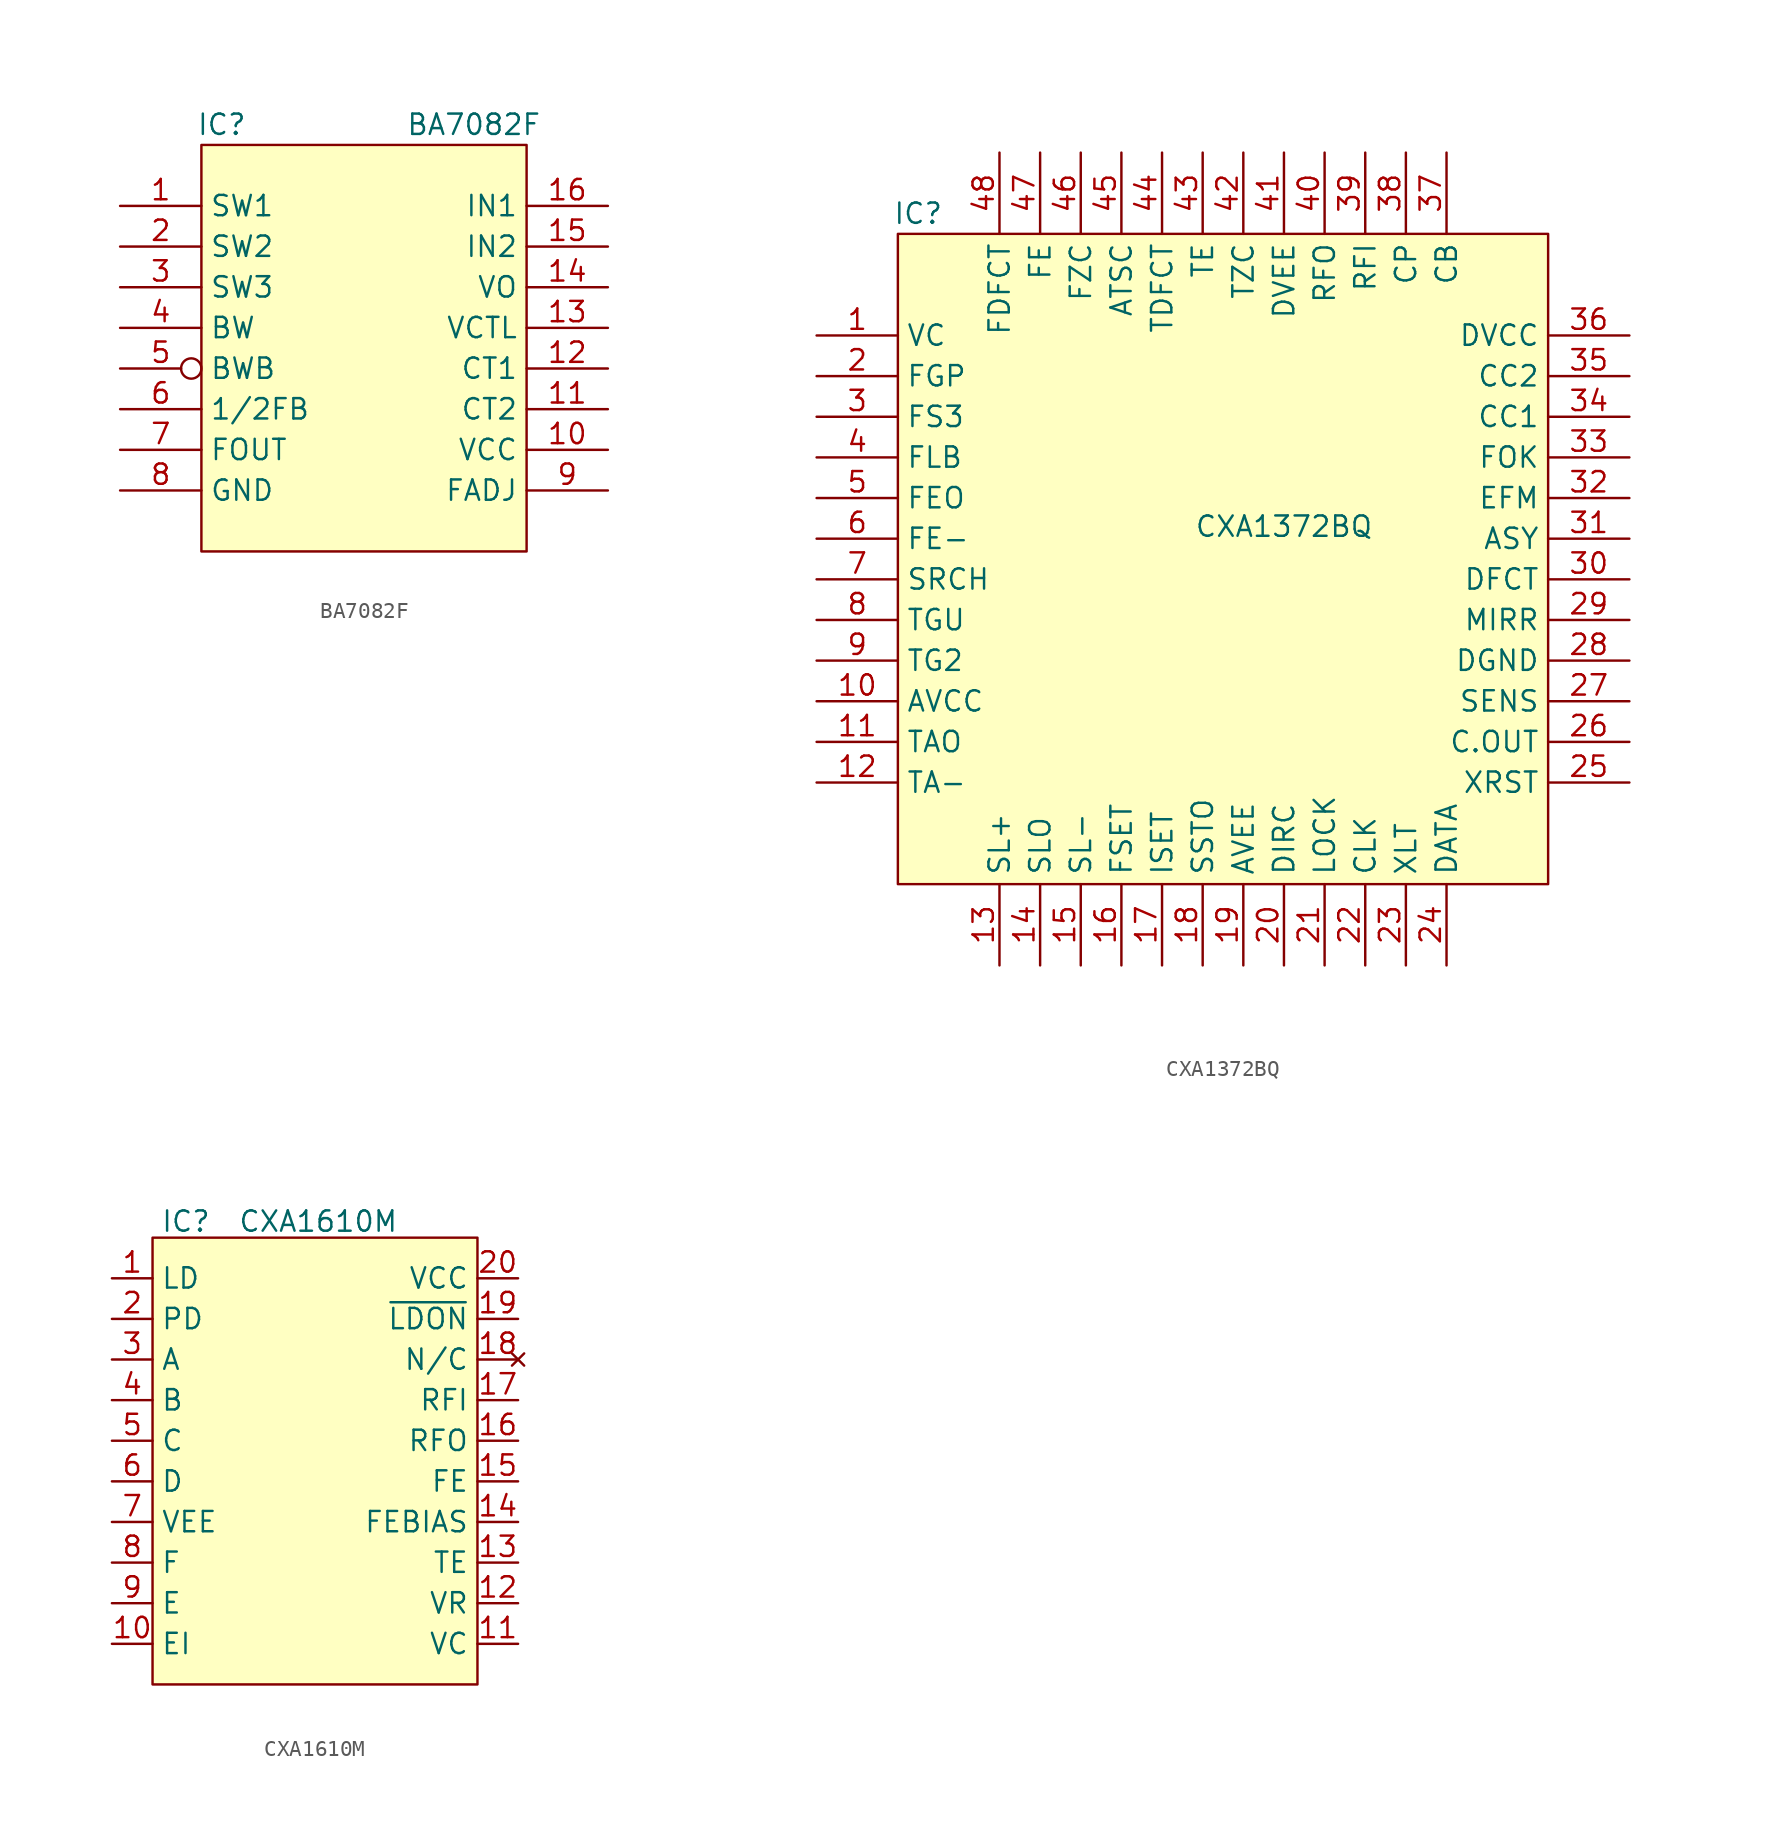
<source format=kicad_sym>
(kicad_symbol_lib
  (version 20231120)
  (generator "kicad_symbol_editor")
  (generator_version "8.0")
  (symbol "BA7082F"
    (property "Reference" "IC"
      (at -8.89 13.97 0)
      (effects (font (size 1.27 1.27))))
    (property "Value" "BA7082F"
      (at 6.858 13.97 0)
      (effects (font (size 1.27 1.27))))
    (symbol "BA7082F_1_1"
      (rectangle (start -10.16 12.7) (end 10.16 -12.7) (stroke (width 0) (type default)) (fill (type background)))
      (pin open_collector line (at -15.24 8.89 0) (length 5.08) (name "SW1" (effects (font (size 1.27 1.27)))) (number "1" (effects (font (size 1.27 1.27)))))
      (pin power_in line (at 15.24 -6.35 180) (length 5.08) (name "VCC" (effects (font (size 1.27 1.27)))) (number "10" (effects (font (size 1.27 1.27)))))
      (pin input line (at 15.24 -3.81 180) (length 5.08) (name "CT2" (effects (font (size 1.27 1.27)))) (number "11" (effects (font (size 1.27 1.27)))))
      (pin input line (at 15.24 -1.27 180) (length 5.08) (name "CT1" (effects (font (size 1.27 1.27)))) (number "12" (effects (font (size 1.27 1.27)))))
      (pin input line (at 15.24 1.27 180) (length 5.08) (name "VCTL" (effects (font (size 1.27 1.27)))) (number "13" (effects (font (size 1.27 1.27)))))
      (pin output line (at 15.24 3.81 180) (length 5.08) (name "VO" (effects (font (size 1.27 1.27)))) (number "14" (effects (font (size 1.27 1.27)))))
      (pin input line (at 15.24 6.35 180) (length 5.08) (name "IN2" (effects (font (size 1.27 1.27)))) (number "15" (effects (font (size 1.27 1.27)))))
      (pin input line (at 15.24 8.89 180) (length 5.08) (name "IN1" (effects (font (size 1.27 1.27)))) (number "16" (effects (font (size 1.27 1.27)))))
      (pin open_collector line (at -15.24 6.35 0) (length 5.08) (name "SW2" (effects (font (size 1.27 1.27)))) (number "2" (effects (font (size 1.27 1.27)))))
      (pin open_collector line (at -15.24 3.81 0) (length 5.08) (name "SW3" (effects (font (size 1.27 1.27)))) (number "3" (effects (font (size 1.27 1.27)))))
      (pin input line (at -15.24 1.27 0) (length 5.08) (name "BW" (effects (font (size 1.27 1.27)))) (number "4" (effects (font (size 1.27 1.27)))))
      (pin input inverted (at -15.24 -1.27 0) (length 5.08) (name "BWB" (effects (font (size 1.27 1.27)))) (number "5" (effects (font (size 1.27 1.27)))))
      (pin input line (at -15.24 -3.81 0) (length 5.08) (name "1/2FB" (effects (font (size 1.27 1.27)))) (number "6" (effects (font (size 1.27 1.27)))))
      (pin output line (at -15.24 -6.35 0) (length 5.08) (name "FOUT" (effects (font (size 1.27 1.27)))) (number "7" (effects (font (size 1.27 1.27)))))
      (pin power_in line (at -15.24 -8.89 0) (length 5.08) (name "GND" (effects (font (size 1.27 1.27)))) (number "8" (effects (font (size 1.27 1.27)))))
      (pin input line (at 15.24 -8.89 180) (length 5.08) (name "FADJ" (effects (font (size 1.27 1.27)))) (number "9" (effects (font (size 1.27 1.27)))))))
  (symbol "CXA1372BQ"
    (property "Reference" "IC"
      (at -19.05 21.59 0)
      (effects (font (size 1.27 1.27))))
    (property "Value" "CXA1372BQ"
      (at 3.81 2.032 0)
      (effects (font (size 1.27 1.27))))
    (symbol "CXA1372BQ_1_1"
      (rectangle (start -20.32 20.32) (end 20.32 -20.32) (stroke (width 0) (type default)) (fill (type background)))
      (pin power_in line (at -25.4 13.97 0) (length 5.08) (name "VC" (effects (font (size 1.27 1.27)))) (number "1" (effects (font (size 1.27 1.27)))))
      (pin power_in line (at -25.4 -8.89 0) (length 5.08) (name "AVCC" (effects (font (size 1.27 1.27)))) (number "10" (effects (font (size 1.27 1.27)))))
      (pin output line (at -25.4 -11.43 0) (length 5.08) (name "TAO" (effects (font (size 1.27 1.27)))) (number "11" (effects (font (size 1.27 1.27)))))
      (pin input line (at -25.4 -13.97 0) (length 5.08) (name "TA-" (effects (font (size 1.27 1.27)))) (number "12" (effects (font (size 1.27 1.27)))))
      (pin input line (at -13.97 -25.4 90) (length 5.08) (name "SL+" (effects (font (size 1.27 1.27)))) (number "13" (effects (font (size 1.27 1.27)))))
      (pin output line (at -11.43 -25.4 90) (length 5.08) (name "SLO" (effects (font (size 1.27 1.27)))) (number "14" (effects (font (size 1.27 1.27)))))
      (pin input line (at -8.89 -25.4 90) (length 5.08) (name "SL-" (effects (font (size 1.27 1.27)))) (number "15" (effects (font (size 1.27 1.27)))))
      (pin input line (at -6.35 -25.4 90) (length 5.08) (name "FSET" (effects (font (size 1.27 1.27)))) (number "16" (effects (font (size 1.27 1.27)))))
      (pin input line (at -3.81 -25.4 90) (length 5.08) (name "ISET" (effects (font (size 1.27 1.27)))) (number "17" (effects (font (size 1.27 1.27)))))
      (pin input line (at -1.27 -25.4 90) (length 5.08) (name "SSTO" (effects (font (size 1.27 1.27)))) (number "18" (effects (font (size 1.27 1.27)))))
      (pin power_in line (at 1.27 -25.4 90) (length 5.08) (name "AVEE" (effects (font (size 1.27 1.27)))) (number "19" (effects (font (size 1.27 1.27)))))
      (pin input line (at -25.4 11.43 0) (length 5.08) (name "FGP" (effects (font (size 1.27 1.27)))) (number "2" (effects (font (size 1.27 1.27)))))
      (pin input line (at 3.81 -25.4 90) (length 5.08) (name "DIRC" (effects (font (size 1.27 1.27)))) (number "20" (effects (font (size 1.27 1.27)))))
      (pin input line (at 6.35 -25.4 90) (length 5.08) (name "LOCK" (effects (font (size 1.27 1.27)))) (number "21" (effects (font (size 1.27 1.27)))))
      (pin input line (at 8.89 -25.4 90) (length 5.08) (name "CLK" (effects (font (size 1.27 1.27)))) (number "22" (effects (font (size 1.27 1.27)))))
      (pin input line (at 11.43 -25.4 90) (length 5.08) (name "XLT" (effects (font (size 1.27 1.27)))) (number "23" (effects (font (size 1.27 1.27)))))
      (pin input line (at 13.97 -25.4 90) (length 5.08) (name "DATA" (effects (font (size 1.27 1.27)))) (number "24" (effects (font (size 1.27 1.27)))))
      (pin input line (at 25.4 -13.97 180) (length 5.08) (name "XRST" (effects (font (size 1.27 1.27)))) (number "25" (effects (font (size 1.27 1.27)))))
      (pin output line (at 25.4 -11.43 180) (length 5.08) (name "C.OUT" (effects (font (size 1.27 1.27)))) (number "26" (effects (font (size 1.27 1.27)))))
      (pin output line (at 25.4 -8.89 180) (length 5.08) (name "SENS" (effects (font (size 1.27 1.27)))) (number "27" (effects (font (size 1.27 1.27)))))
      (pin power_in line (at 25.4 -6.35 180) (length 5.08) (name "DGND" (effects (font (size 1.27 1.27)))) (number "28" (effects (font (size 1.27 1.27)))))
      (pin output line (at 25.4 -3.81 180) (length 5.08) (name "MIRR" (effects (font (size 1.27 1.27)))) (number "29" (effects (font (size 1.27 1.27)))))
      (pin input line (at -25.4 8.89 0) (length 5.08) (name "FS3" (effects (font (size 1.27 1.27)))) (number "3" (effects (font (size 1.27 1.27)))))
      (pin output line (at 25.4 -1.27 180) (length 5.08) (name "DFCT" (effects (font (size 1.27 1.27)))) (number "30" (effects (font (size 1.27 1.27)))))
      (pin input line (at 25.4 1.27 180) (length 5.08) (name "ASY" (effects (font (size 1.27 1.27)))) (number "31" (effects (font (size 1.27 1.27)))))
      (pin output line (at 25.4 3.81 180) (length 5.08) (name "EFM" (effects (font (size 1.27 1.27)))) (number "32" (effects (font (size 1.27 1.27)))))
      (pin output line (at 25.4 6.35 180) (length 5.08) (name "FOK" (effects (font (size 1.27 1.27)))) (number "33" (effects (font (size 1.27 1.27)))))
      (pin output line (at 25.4 8.89 180) (length 5.08) (name "CC1" (effects (font (size 1.27 1.27)))) (number "34" (effects (font (size 1.27 1.27)))))
      (pin input line (at 25.4 11.43 180) (length 5.08) (name "CC2" (effects (font (size 1.27 1.27)))) (number "35" (effects (font (size 1.27 1.27)))))
      (pin power_in line (at 25.4 13.97 180) (length 5.08) (name "DVCC" (effects (font (size 1.27 1.27)))) (number "36" (effects (font (size 1.27 1.27)))))
      (pin input line (at 13.97 25.4 270) (length 5.08) (name "CB" (effects (font (size 1.27 1.27)))) (number "37" (effects (font (size 1.27 1.27)))))
      (pin input line (at 11.43 25.4 270) (length 5.08) (name "CP" (effects (font (size 1.27 1.27)))) (number "38" (effects (font (size 1.27 1.27)))))
      (pin input line (at 8.89 25.4 270) (length 5.08) (name "RFI" (effects (font (size 1.27 1.27)))) (number "39" (effects (font (size 1.27 1.27)))))
      (pin input line (at -25.4 6.35 0) (length 5.08) (name "FLB" (effects (font (size 1.27 1.27)))) (number "4" (effects (font (size 1.27 1.27)))))
      (pin input line (at 6.35 25.4 270) (length 5.08) (name "RFO" (effects (font (size 1.27 1.27)))) (number "40" (effects (font (size 1.27 1.27)))))
      (pin power_in line (at 3.81 25.4 270) (length 5.08) (name "DVEE" (effects (font (size 1.27 1.27)))) (number "41" (effects (font (size 1.27 1.27)))))
      (pin input line (at 1.27 25.4 270) (length 5.08) (name "TZC" (effects (font (size 1.27 1.27)))) (number "42" (effects (font (size 1.27 1.27)))))
      (pin input line (at -1.27 25.4 270) (length 5.08) (name "TE" (effects (font (size 1.27 1.27)))) (number "43" (effects (font (size 1.27 1.27)))))
      (pin input line (at -3.81 25.4 270) (length 5.08) (name "TDFCT" (effects (font (size 1.27 1.27)))) (number "44" (effects (font (size 1.27 1.27)))))
      (pin input line (at -6.35 25.4 270) (length 5.08) (name "ATSC" (effects (font (size 1.27 1.27)))) (number "45" (effects (font (size 1.27 1.27)))))
      (pin input line (at -8.89 25.4 270) (length 5.08) (name "FZC" (effects (font (size 1.27 1.27)))) (number "46" (effects (font (size 1.27 1.27)))))
      (pin input line (at -11.43 25.4 270) (length 5.08) (name "FE" (effects (font (size 1.27 1.27)))) (number "47" (effects (font (size 1.27 1.27)))))
      (pin input line (at -13.97 25.4 270) (length 5.08) (name "FDFCT" (effects (font (size 1.27 1.27)))) (number "48" (effects (font (size 1.27 1.27)))))
      (pin output line (at -25.4 3.81 0) (length 5.08) (name "FEO" (effects (font (size 1.27 1.27)))) (number "5" (effects (font (size 1.27 1.27)))))
      (pin input line (at -25.4 1.27 0) (length 5.08) (name "FE-" (effects (font (size 1.27 1.27)))) (number "6" (effects (font (size 1.27 1.27)))))
      (pin input line (at -25.4 -1.27 0) (length 5.08) (name "SRCH" (effects (font (size 1.27 1.27)))) (number "7" (effects (font (size 1.27 1.27)))))
      (pin input line (at -25.4 -3.81 0) (length 5.08) (name "TGU" (effects (font (size 1.27 1.27)))) (number "8" (effects (font (size 1.27 1.27)))))
      (pin input line (at -25.4 -6.35 0) (length 5.08) (name "TG2" (effects (font (size 1.27 1.27)))) (number "9" (effects (font (size 1.27 1.27)))))))
  (symbol "CXA1610M"
    (property "Reference" "IC"
      (at -9.652 14.986 0)
      (effects (font (size 1.27 1.27)) (justify left)))
    (property "Value" "CXA1610M"
      (at -4.826 14.986 0)
      (effects (font (size 1.27 1.27)) (justify left)))
    (symbol "CXA1610M_0_0"
      (rectangle (start -10.16 13.97) (end 10.16 -13.97) (stroke (width 0.152) (type default)) (fill (type background))))
    (symbol "CXA1610M_1_1"
      (pin output line (at -12.7 11.43 0) (length 2.54) (name "LD" (effects (font (size 1.27 1.27)))) (number "1" (effects (font (size 1.27 1.27)))))
      (pin input line (at -12.7 -11.43 0) (length 2.54) (name "EI" (effects (font (size 1.27 1.27)))) (number "10" (effects (font (size 1.27 1.27)))))
      (pin power_in line (at 12.7 -11.43 180) (length 2.54) (name "VC" (effects (font (size 1.27 1.27)))) (number "11" (effects (font (size 1.27 1.27)))))
      (pin power_out line (at 12.7 -8.89 180) (length 2.54) (name "VR" (effects (font (size 1.27 1.27)))) (number "12" (effects (font (size 1.27 1.27)))))
      (pin output line (at 12.7 -6.35 180) (length 2.54) (name "TE" (effects (font (size 1.27 1.27)))) (number "13" (effects (font (size 1.27 1.27)))))
      (pin input line (at 12.7 -3.81 180) (length 2.54) (name "FEBIAS" (effects (font (size 1.27 1.27)))) (number "14" (effects (font (size 1.27 1.27)))))
      (pin output line (at 12.7 -1.27 180) (length 2.54) (name "FE" (effects (font (size 1.27 1.27)))) (number "15" (effects (font (size 1.27 1.27)))))
      (pin output line (at 12.7 1.27 180) (length 2.54) (name "RFO" (effects (font (size 1.27 1.27)))) (number "16" (effects (font (size 1.27 1.27)))))
      (pin input line (at 12.7 3.81 180) (length 2.54) (name "RFI" (effects (font (size 1.27 1.27)))) (number "17" (effects (font (size 1.27 1.27)))))
      (pin no_connect line (at 12.7 6.35 180) (length 2.54) (name "N/C" (effects (font (size 1.27 1.27)))) (number "18" (effects (font (size 1.27 1.27)))))
      (pin input line (at 12.7 8.89 180) (length 2.54) (name "~{LDON}" (effects (font (size 1.27 1.27)))) (number "19" (effects (font (size 1.27 1.27)))))
      (pin input line (at -12.7 8.89 0) (length 2.54) (name "PD" (effects (font (size 1.27 1.27)))) (number "2" (effects (font (size 1.27 1.27)))))
      (pin power_in line (at 12.7 11.43 180) (length 2.54) (name "VCC" (effects (font (size 1.27 1.27)))) (number "20" (effects (font (size 1.27 1.27)))))
      (pin input line (at -12.7 6.35 0) (length 2.54) (name "A" (effects (font (size 1.27 1.27)))) (number "3" (effects (font (size 1.27 1.27)))))
      (pin input line (at -12.7 3.81 0) (length 2.54) (name "B" (effects (font (size 1.27 1.27)))) (number "4" (effects (font (size 1.27 1.27)))))
      (pin input line (at -12.7 1.27 0) (length 2.54) (name "C" (effects (font (size 1.27 1.27)))) (number "5" (effects (font (size 1.27 1.27)))))
      (pin input line (at -12.7 -1.27 0) (length 2.54) (name "D" (effects (font (size 1.27 1.27)))) (number "6" (effects (font (size 1.27 1.27)))))
      (pin power_in line (at -12.7 -3.81 0) (length 2.54) (name "VEE" (effects (font (size 1.27 1.27)))) (number "7" (effects (font (size 1.27 1.27)))))
      (pin input line (at -12.7 -6.35 0) (length 2.54) (name "F" (effects (font (size 1.27 1.27)))) (number "8" (effects (font (size 1.27 1.27)))))
      (pin input line (at -12.7 -8.89 0) (length 2.54) (name "E" (effects (font (size 1.27 1.27)))) (number "9" (effects (font (size 1.27 1.27))))))))
</source>
